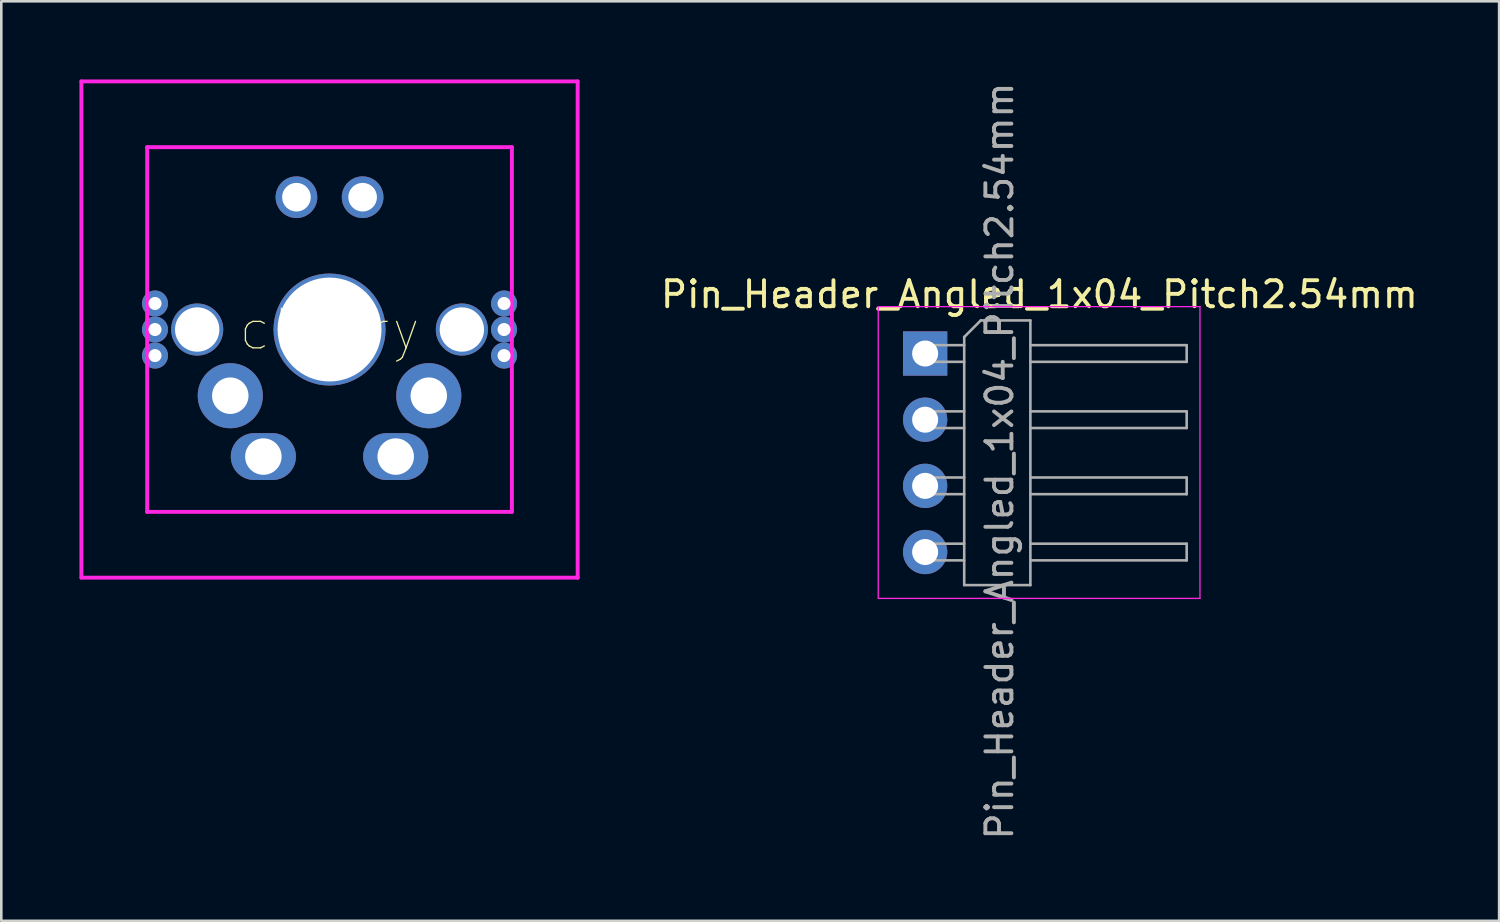
<source format=kicad_pcb>
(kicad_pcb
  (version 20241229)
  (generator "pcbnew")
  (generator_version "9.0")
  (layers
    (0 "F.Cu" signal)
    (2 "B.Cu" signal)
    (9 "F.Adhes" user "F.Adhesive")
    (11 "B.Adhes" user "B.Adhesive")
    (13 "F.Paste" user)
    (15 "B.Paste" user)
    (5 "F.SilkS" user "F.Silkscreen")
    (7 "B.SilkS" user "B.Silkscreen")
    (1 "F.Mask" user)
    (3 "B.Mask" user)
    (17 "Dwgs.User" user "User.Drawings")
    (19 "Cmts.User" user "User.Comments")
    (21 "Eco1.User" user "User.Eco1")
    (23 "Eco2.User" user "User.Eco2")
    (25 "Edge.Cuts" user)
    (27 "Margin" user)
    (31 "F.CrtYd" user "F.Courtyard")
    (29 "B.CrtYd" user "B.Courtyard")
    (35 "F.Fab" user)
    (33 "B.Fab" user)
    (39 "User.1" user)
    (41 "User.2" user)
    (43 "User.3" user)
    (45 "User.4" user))
  (footprint "Pin_Header_Angled_1x04_Pitch2.54mm"
    (layer "F.Cu")
    (at 32.464 10.521)
    (property "Reference" "Pin_Header_Angled_1x04_Pitch2.54mm" (at 4.385 -2.27 0) (layer "F.SilkS") (effects (font (size 1 1) (thickness 0.15))))
    (attr through_hole)
    (fp_line (start -1.8 -1.8) (end -1.8 9.4) (stroke (width 0.05) (type solid)) (layer "F.CrtYd"))
    (fp_line (start -1.8 9.4) (end 10.55 9.4) (stroke (width 0.05) (type solid)) (layer "F.CrtYd"))
    (fp_line (start 10.55 -1.8) (end -1.8 -1.8) (stroke (width 0.05) (type solid)) (layer "F.CrtYd"))
    (fp_line (start 10.55 9.4) (end 10.55 -1.8) (stroke (width 0.05) (type solid)) (layer "F.CrtYd"))
    (fp_line (start -0.32 -0.32) (end -0.32 0.32) (stroke (width 0.1) (type solid)) (layer "F.Fab"))
    (fp_line (start -0.32 -0.32) (end 1.5 -0.32) (stroke (width 0.1) (type solid)) (layer "F.Fab"))
    (fp_line (start -0.32 0.32) (end 1.5 0.32) (stroke (width 0.1) (type solid)) (layer "F.Fab"))
    (fp_line (start -0.32 2.22) (end -0.32 2.86) (stroke (width 0.1) (type solid)) (layer "F.Fab"))
    (fp_line (start -0.32 2.22) (end 1.5 2.22) (stroke (width 0.1) (type solid)) (layer "F.Fab"))
    (fp_line (start -0.32 2.86) (end 1.5 2.86) (stroke (width 0.1) (type solid)) (layer "F.Fab"))
    (fp_line (start -0.32 4.76) (end -0.32 5.4) (stroke (width 0.1) (type solid)) (layer "F.Fab"))
    (fp_line (start -0.32 4.76) (end 1.5 4.76) (stroke (width 0.1) (type solid)) (layer "F.Fab"))
    (fp_line (start -0.32 5.4) (end 1.5 5.4) (stroke (width 0.1) (type solid)) (layer "F.Fab"))
    (fp_line (start -0.32 7.3) (end -0.32 7.94) (stroke (width 0.1) (type solid)) (layer "F.Fab"))
    (fp_line (start -0.32 7.3) (end 1.5 7.3) (stroke (width 0.1) (type solid)) (layer "F.Fab"))
    (fp_line (start -0.32 7.94) (end 1.5 7.94) (stroke (width 0.1) (type solid)) (layer "F.Fab"))
    (fp_line (start 1.5 -0.635) (end 2.135 -1.27) (stroke (width 0.1) (type solid)) (layer "F.Fab"))
    (fp_line (start 1.5 8.89) (end 1.5 -0.635) (stroke (width 0.1) (type solid)) (layer "F.Fab"))
    (fp_line (start 2.135 -1.27) (end 4.04 -1.27) (stroke (width 0.1) (type solid)) (layer "F.Fab"))
    (fp_line (start 4.04 -1.27) (end 4.04 8.89) (stroke (width 0.1) (type solid)) (layer "F.Fab"))
    (fp_line (start 4.04 -0.32) (end 10.04 -0.32) (stroke (width 0.1) (type solid)) (layer "F.Fab"))
    (fp_line (start 4.04 0.32) (end 10.04 0.32) (stroke (width 0.1) (type solid)) (layer "F.Fab"))
    (fp_line (start 4.04 2.22) (end 10.04 2.22) (stroke (width 0.1) (type solid)) (layer "F.Fab"))
    (fp_line (start 4.04 2.86) (end 10.04 2.86) (stroke (width 0.1) (type solid)) (layer "F.Fab"))
    (fp_line (start 4.04 4.76) (end 10.04 4.76) (stroke (width 0.1) (type solid)) (layer "F.Fab"))
    (fp_line (start 4.04 5.4) (end 10.04 5.4) (stroke (width 0.1) (type solid)) (layer "F.Fab"))
    (fp_line (start 4.04 7.3) (end 10.04 7.3) (stroke (width 0.1) (type solid)) (layer "F.Fab"))
    (fp_line (start 4.04 7.94) (end 10.04 7.94) (stroke (width 0.1) (type solid)) (layer "F.Fab"))
    (fp_line (start 4.04 8.89) (end 1.5 8.89) (stroke (width 0.1) (type solid)) (layer "F.Fab"))
    (fp_line (start 10.04 -0.32) (end 10.04 0.32) (stroke (width 0.1) (type solid)) (layer "F.Fab"))
    (fp_line (start 10.04 2.22) (end 10.04 2.86) (stroke (width 0.1) (type solid)) (layer "F.Fab"))
    (fp_line (start 10.04 4.76) (end 10.04 5.4) (stroke (width 0.1) (type solid)) (layer "F.Fab"))
    (fp_line (start 10.04 7.3) (end 10.04 7.94) (stroke (width 0.1) (type solid)) (layer "F.Fab"))
    (fp_text user "${REFERENCE}" (at 2.857 4.128 90) (layer "F.Fab") (effects (font (size 1 1) (thickness 0.15))))
    (pad "1" thru_hole rect (at 0 0) (size 1.7 1.7) (drill 1) (layers "*.Cu" "*.Mask"))
    (pad "2" thru_hole oval (at 0 2.54) (size 1.7 1.7) (drill 1) (layers "*.Cu" "*.Mask"))
    (pad "3" thru_hole oval (at 0 5.08) (size 1.7 1.7) (drill 1) (layers "*.Cu" "*.Mask"))
    (pad "4" thru_hole oval (at 0 7.62) (size 1.7 1.7) (drill 1) (layers "*.Cu" "*.Mask")))
  (footprint "cherry"
    (layer "F.Cu")
    (at 9.6 9.6)
    (property "Reference" "cherry" (at 0 0 0) (layer "F.SilkS") (effects (font (size 1.524 1.524) (thickness 0.05))))
    (attr smd)
    (fp_line (start -9.525 -9.525) (end 9.525 -9.525) (stroke (width 0.15) (type solid)) (layer "F.CrtYd"))
    (fp_line (start -9.525 9.525) (end -9.525 -9.525) (stroke (width 0.15) (type solid)) (layer "F.CrtYd"))
    (fp_line (start -7 -7) (end -7 7) (stroke (width 0.15) (type solid)) (layer "F.CrtYd"))
    (fp_line (start -7 7) (end 7 7) (stroke (width 0.15) (type solid)) (layer "F.CrtYd"))
    (fp_line (start 7 -7) (end -7 -7) (stroke (width 0.15) (type solid)) (layer "F.CrtYd"))
    (fp_line (start 7 7) (end 7 -7) (stroke (width 0.15) (type solid)) (layer "F.CrtYd"))
    (fp_line (start 9.525 -9.525) (end 9.525 9.525) (stroke (width 0.15) (type solid)) (layer "F.CrtYd"))
    (fp_line (start 9.525 9.525) (end -9.525 9.525) (stroke (width 0.15) (type solid)) (layer "F.CrtYd"))
    (pad "0" thru_hole circle (at -1.27 -5.08) (size 1.6 1.6) (drill 1.1) (layers "*.Cu" "*.Paste" "*.Mask"))
    (pad "0" thru_hole circle (at 0 0) (size 4.3 4.3) (drill 3.988) (layers "*.Cu" "*.Paste" "*.Mask"))
    (pad "0" thru_hole circle (at 1.27 -5.08) (size 1.6 1.6) (drill 1.1) (layers "*.Cu" "*.Paste" "*.Mask"))
    (pad "1" thru_hole circle (at -6.7 -1) (size 1 1) (drill 0.5) (layers "*.Cu" "*.Paste" "*.Mask"))
    (pad "1" thru_hole circle (at -6.7 0) (size 1 1) (drill 0.5) (layers "*.Cu" "*.Paste" "*.Mask"))
    (pad "1" thru_hole circle (at -6.7 1) (size 1 1) (drill 0.5) (layers "*.Cu" "*.Paste" "*.Mask"))
    (pad "1" thru_hole circle (at -5.08 0) (size 2 2) (drill 1.702) (layers "*.Cu" "*.Paste" "*.Mask"))
    (pad "1" thru_hole circle (at -3.81 2.54) (size 2.5 2.5) (drill 1.4) (layers "*.Cu" "*.Paste" "*.Mask"))
    (pad "1" thru_hole oval (at -2.54 4.877) (size 2.5 1.8) (drill 1.4) (layers "*.Cu" "*.Paste" "*.Mask"))
    (pad "2" thru_hole oval (at 2.54 4.877) (size 2.5 1.8) (drill 1.4) (layers "*.Cu" "*.Paste" "*.Mask"))
    (pad "2" thru_hole circle (at 3.81 2.54) (size 2.5 2.5) (drill 1.4) (layers "*.Cu" "*.Paste" "*.Mask"))
    (pad "2" thru_hole circle (at 5.08 0) (size 2 2) (drill 1.702) (layers "*.Cu" "*.Paste" "*.Mask"))
    (pad "2" thru_hole circle (at 6.7 -1 180) (size 1 1) (drill 0.5) (layers "*.Cu" "*.Paste" "*.Mask"))
    (pad "2" thru_hole circle (at 6.7 0 180) (size 1 1) (drill 0.5) (layers "*.Cu" "*.Paste" "*.Mask"))
    (pad "2" thru_hole circle (at 6.7 1 180) (size 1 1) (drill 0.5) (layers "*.Cu" "*.Paste" "*.Mask")))
  (gr_rect
    (start -3 -3)
    (end 54.498 32.298)
    (stroke (width 0.1) (type default))
    (fill no)
    (layer "Edge.Cuts")))
</source>
